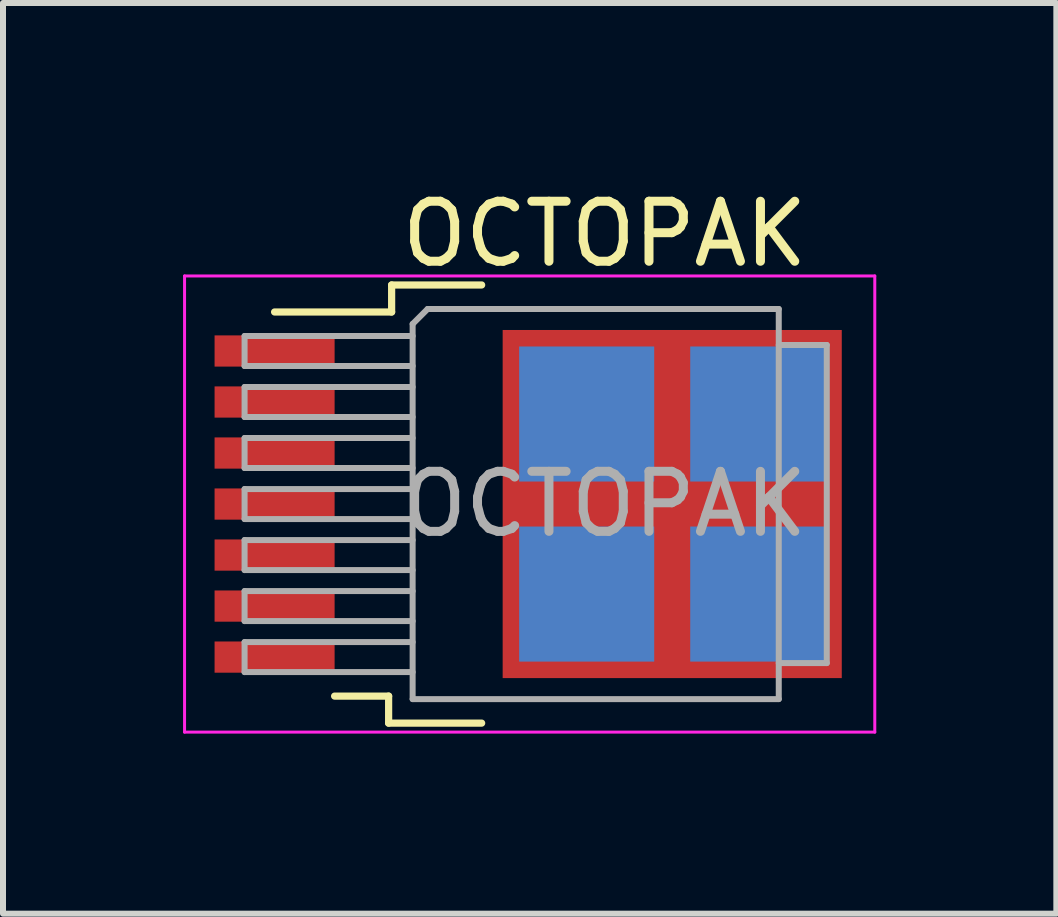
<source format=kicad_pcb>
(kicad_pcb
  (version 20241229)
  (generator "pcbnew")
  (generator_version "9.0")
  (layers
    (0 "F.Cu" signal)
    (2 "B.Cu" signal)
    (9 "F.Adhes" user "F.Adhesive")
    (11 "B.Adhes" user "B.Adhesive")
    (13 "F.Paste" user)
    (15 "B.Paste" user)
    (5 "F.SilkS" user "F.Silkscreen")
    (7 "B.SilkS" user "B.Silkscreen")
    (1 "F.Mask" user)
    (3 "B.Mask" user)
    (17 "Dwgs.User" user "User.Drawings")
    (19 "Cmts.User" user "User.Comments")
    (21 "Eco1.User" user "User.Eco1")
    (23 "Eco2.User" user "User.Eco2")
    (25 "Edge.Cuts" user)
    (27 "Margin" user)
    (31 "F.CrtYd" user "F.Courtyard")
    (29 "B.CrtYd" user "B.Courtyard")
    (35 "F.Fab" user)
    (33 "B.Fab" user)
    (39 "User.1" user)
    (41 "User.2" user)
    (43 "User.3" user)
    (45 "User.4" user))
  (footprint "OCTOPAK"
    (layer "F.Cu")
    (at 7.025 5.348)
    (property "Reference" "OCTOPAK" (at 0 -4.5 0) (layer "F.SilkS") (effects (font (size 1 1) (thickness 0.15))))
    (attr smd)
    (fp_line (start -3.6 3.2) (end -4.5 3.2) (stroke (width 0.12) (type solid)) (layer "F.SilkS"))
    (fp_line (start -3.6 3.65) (end -3.6 3.2) (stroke (width 0.12) (type solid)) (layer "F.SilkS"))
    (fp_line (start -3.55 -3.65) (end -3.55 -3.2) (stroke (width 0.12) (type solid)) (layer "F.SilkS"))
    (fp_line (start -3.55 -3.2) (end -5.5 -3.2) (stroke (width 0.12) (type solid)) (layer "F.SilkS"))
    (fp_line (start -2.05 -3.65) (end -3.55 -3.65) (stroke (width 0.12) (type solid)) (layer "F.SilkS"))
    (fp_line (start -2.05 3.65) (end -3.6 3.65) (stroke (width 0.12) (type solid)) (layer "F.SilkS"))
    (fp_line (start -7 -3.8) (end -7 3.8) (stroke (width 0.05) (type solid)) (layer "F.CrtYd"))
    (fp_line (start -7 3.8) (end 4.5 3.8) (stroke (width 0.05) (type solid)) (layer "F.CrtYd"))
    (fp_line (start 4.5 -3.8) (end -7 -3.8) (stroke (width 0.05) (type solid)) (layer "F.CrtYd"))
    (fp_line (start 4.5 3.8) (end 4.5 -3.8) (stroke (width 0.05) (type solid)) (layer "F.CrtYd"))
    (fp_line (start -6 -2.8) (end -6 -2.3) (stroke (width 0.1) (type solid)) (layer "F.Fab"))
    (fp_line (start -6 -2.8) (end -3.2 -2.8) (stroke (width 0.1) (type solid)) (layer "F.Fab"))
    (fp_line (start -6 -2.3) (end -3.2 -2.3) (stroke (width 0.1) (type solid)) (layer "F.Fab"))
    (fp_line (start -6 -1.95) (end -6 -1.45) (stroke (width 0.1) (type solid)) (layer "F.Fab"))
    (fp_line (start -6 -1.95) (end -3.2 -1.95) (stroke (width 0.1) (type solid)) (layer "F.Fab"))
    (fp_line (start -6 -1.45) (end -3.2 -1.45) (stroke (width 0.1) (type solid)) (layer "F.Fab"))
    (fp_line (start -6 -1.1) (end -6 -0.6) (stroke (width 0.1) (type solid)) (layer "F.Fab"))
    (fp_line (start -6 -1.1) (end -3.2 -1.1) (stroke (width 0.1) (type solid)) (layer "F.Fab"))
    (fp_line (start -6 -0.6) (end -3.2 -0.6) (stroke (width 0.1) (type solid)) (layer "F.Fab"))
    (fp_line (start -6 -0.25) (end -6 0.25) (stroke (width 0.1) (type solid)) (layer "F.Fab"))
    (fp_line (start -6 -0.25) (end -3.2 -0.25) (stroke (width 0.1) (type solid)) (layer "F.Fab"))
    (fp_line (start -6 0.25) (end -3.2 0.25) (stroke (width 0.1) (type solid)) (layer "F.Fab"))
    (fp_line (start -6 0.6) (end -6 1.1) (stroke (width 0.1) (type solid)) (layer "F.Fab"))
    (fp_line (start -6 0.6) (end -3.2 0.6) (stroke (width 0.1) (type solid)) (layer "F.Fab"))
    (fp_line (start -6 1.1) (end -3.2 1.1) (stroke (width 0.1) (type solid)) (layer "F.Fab"))
    (fp_line (start -6 1.45) (end -6 1.95) (stroke (width 0.1) (type solid)) (layer "F.Fab"))
    (fp_line (start -6 1.45) (end -3.2 1.45) (stroke (width 0.1) (type solid)) (layer "F.Fab"))
    (fp_line (start -6 1.95) (end -3.2 1.95) (stroke (width 0.1) (type solid)) (layer "F.Fab"))
    (fp_line (start -6 2.3) (end -6 2.8) (stroke (width 0.1) (type solid)) (layer "F.Fab"))
    (fp_line (start -6 2.3) (end -3.2 2.3) (stroke (width 0.1) (type solid)) (layer "F.Fab"))
    (fp_line (start -6 2.8) (end -3.2 2.8) (stroke (width 0.1) (type solid)) (layer "F.Fab"))
    (fp_line (start -3.2 -3) (end -3.2 3.25) (stroke (width 0.1) (type solid)) (layer "F.Fab"))
    (fp_line (start -3.2 3.25) (end 2.9 3.25) (stroke (width 0.1) (type solid)) (layer "F.Fab"))
    (fp_line (start -2.95 -3.25) (end -3.2 -3) (stroke (width 0.1) (type solid)) (layer "F.Fab"))
    (fp_line (start 2.9 -3.25) (end -2.95 -3.25) (stroke (width 0.1) (type solid)) (layer "F.Fab"))
    (fp_line (start 2.9 -2.65) (end 3.7 -2.65) (stroke (width 0.1) (type solid)) (layer "F.Fab"))
    (fp_line (start 2.9 3.25) (end 2.9 -3.25) (stroke (width 0.1) (type solid)) (layer "F.Fab"))
    (fp_line (start 3.7 -2.65) (end 3.7 2.65) (stroke (width 0.1) (type solid)) (layer "F.Fab"))
    (fp_line (start 3.7 2.65) (end 2.9 2.65) (stroke (width 0.1) (type solid)) (layer "F.Fab"))
    (fp_text user "${REFERENCE}" (at 0 0 0) (layer "F.Fab") (effects (font (size 1 1) (thickness 0.15))))
    (pad "" smd rect (at -0.3 -1.5) (size 2.25 2.25) (layers "B.Cu" "F.Paste"))
    (pad "" smd rect (at -0.3 1.5) (size 2.25 2.25) (layers "B.Cu" "F.Paste"))
    (pad "" smd rect (at 2.55 -1.5) (size 2.25 2.25) (layers "B.Cu" "F.Paste"))
    (pad "" smd rect (at 2.55 1.5) (size 2.25 2.25) (layers "B.Cu" "F.Paste"))
    (pad "1" smd rect (at -5.5 -2.55) (size 2 0.52) (layers "F.Cu" "F.Mask" "F.Paste"))
    (pad "2" smd rect (at -5.5 -1.7) (size 2 0.52) (layers "F.Cu" "F.Mask" "F.Paste"))
    (pad "3" smd rect (at -5.5 -0.85) (size 2 0.52) (layers "F.Cu" "F.Mask" "F.Paste"))
    (pad "4" smd rect (at -5.5 0) (size 2 0.52) (layers "F.Cu" "F.Mask" "F.Paste"))
    (pad "5" smd rect (at -5.5 0.85) (size 2 0.52) (layers "F.Cu" "F.Mask" "F.Paste"))
    (pad "6" smd rect (at -5.5 1.7) (size 2 0.52) (layers "F.Cu" "F.Mask" "F.Paste"))
    (pad "7" smd rect (at -5.5 2.55) (size 2 0.52) (layers "F.Cu" "F.Mask" "F.Paste"))
    (pad "8" smd rect (at 1.125 0) (size 5.65 5.8) (layers "F.Cu" "F.Mask")))
  (gr_rect
    (start -3 -3)
    (end 14.55 12.173)
    (stroke (width 0.1) (type default))
    (fill no)
    (layer "Edge.Cuts")))
</source>
